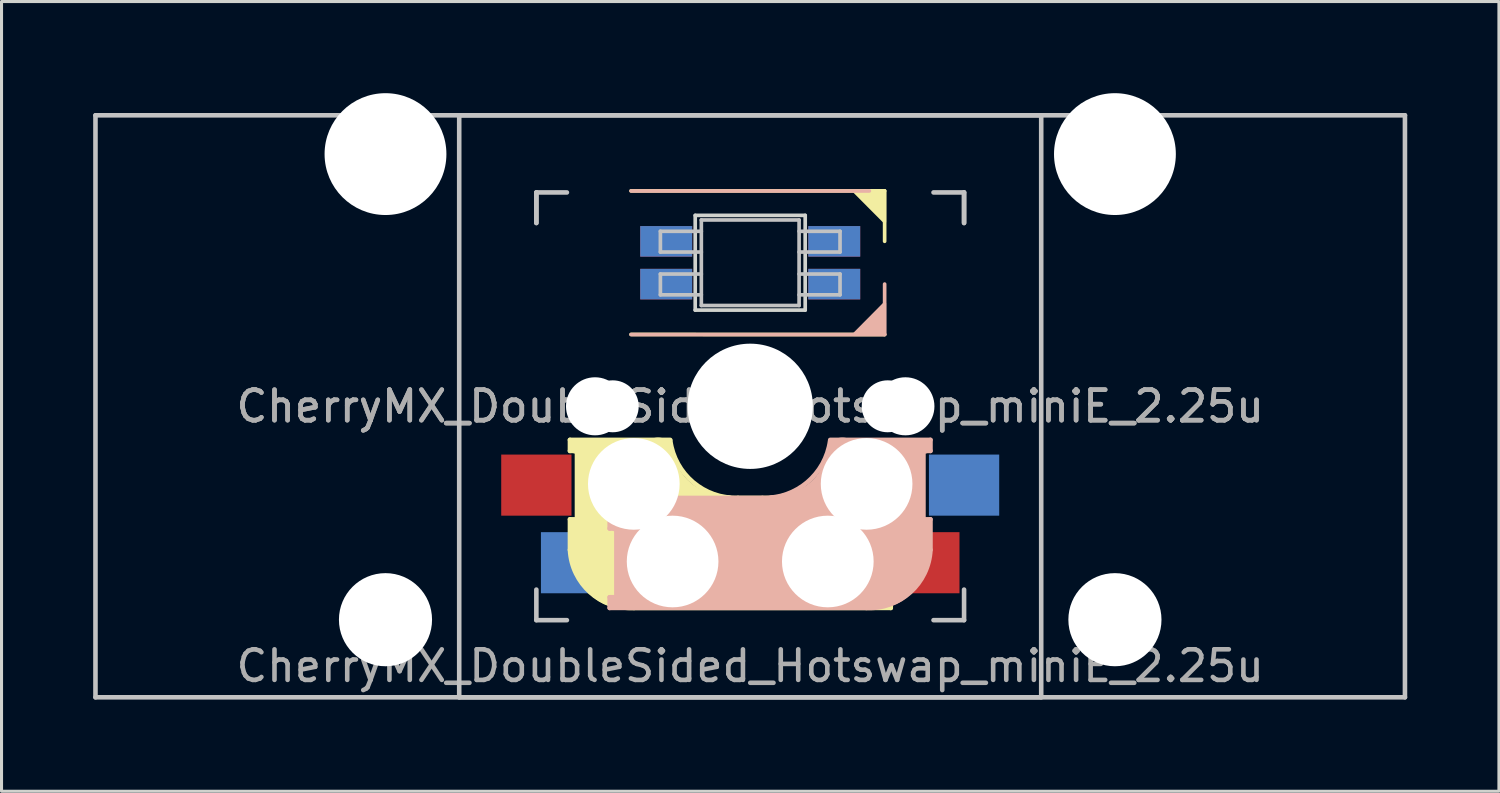
<source format=kicad_pcb>
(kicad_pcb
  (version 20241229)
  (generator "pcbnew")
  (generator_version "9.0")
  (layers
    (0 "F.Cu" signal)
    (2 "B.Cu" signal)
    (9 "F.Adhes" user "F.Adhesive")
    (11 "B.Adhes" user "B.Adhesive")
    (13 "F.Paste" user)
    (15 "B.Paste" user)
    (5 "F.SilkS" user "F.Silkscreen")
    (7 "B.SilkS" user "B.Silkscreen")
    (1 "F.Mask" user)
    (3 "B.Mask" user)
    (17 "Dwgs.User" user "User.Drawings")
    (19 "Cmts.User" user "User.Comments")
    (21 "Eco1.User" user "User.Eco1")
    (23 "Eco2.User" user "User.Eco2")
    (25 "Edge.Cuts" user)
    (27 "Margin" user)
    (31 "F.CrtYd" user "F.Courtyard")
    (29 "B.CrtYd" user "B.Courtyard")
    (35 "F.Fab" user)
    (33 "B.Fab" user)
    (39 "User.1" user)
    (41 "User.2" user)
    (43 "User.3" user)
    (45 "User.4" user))
  (footprint "CherryMX_DoubleSided_Hotswap_miniE_2.25u"
    (layer "F.Cu")
    (at 21.506 10.249)
    (property "Reference" "CherryMX_DoubleSided_Hotswap_miniE_2.25u" (at 0 8.5 0) (layer "F.Fab") (effects (font (size 1 1) (thickness 0.15))))
    (attr through_hole)
    (fp_line (start -5.9 1.1) (end -5.9 1.46) (stroke (width 0.15) (type solid)) (layer "F.SilkS"))
    (fp_line (start -5.9 1.1) (end -2.62 1.1) (stroke (width 0.15) (type solid)) (layer "F.SilkS"))
    (fp_line (start -5.9 3.7) (end -5.7 3.7) (stroke (width 0.15) (type solid)) (layer "F.SilkS"))
    (fp_line (start -5.9 4.7) (end -5.9 3.7) (stroke (width 0.15) (type solid)) (layer "F.SilkS"))
    (fp_line (start -5.8 3.8) (end -5.8 4.7) (stroke (width 0.3) (type solid)) (layer "F.SilkS"))
    (fp_line (start -5.7 1.3) (end -3 1.3) (stroke (width 0.5) (type solid)) (layer "F.SilkS"))
    (fp_line (start -5.7 1.46) (end -5.9 1.46) (stroke (width 0.15) (type solid)) (layer "F.SilkS"))
    (fp_line (start -5.67 3.7) (end -5.67 1.46) (stroke (width 0.15) (type solid)) (layer "F.SilkS"))
    (fp_line (start -5.3 1.6) (end -5.3 3.4) (stroke (width 0.8) (type solid)) (layer "F.SilkS"))
    (fp_line (start -4.17 5.1) (end -4.17 2.86) (stroke (width 3) (type solid)) (layer "F.SilkS"))
    (fp_line (start -3.9 -7.052) (end 4.4 -7.052) (stroke (width 0.12) (type solid)) (layer "F.SilkS"))
    (fp_line (start -0.4 3) (end 4.6 3) (stroke (width 0.15) (type solid)) (layer "F.SilkS"))
    (fp_line (start 2.6 4.8) (end -4.1 4.8) (stroke (width 3.5) (type solid)) (layer "F.SilkS"))
    (fp_line (start 3.9 6) (end 3.9 3.5) (stroke (width 1) (type solid)) (layer "F.SilkS"))
    (fp_line (start 4.3 3.3) (end 2.9 3.3) (stroke (width 0.5) (type solid)) (layer "F.SilkS"))
    (fp_line (start 4.38 4) (end 4.38 6.25) (stroke (width 0.15) (type solid)) (layer "F.SilkS"))
    (fp_line (start 4.4 -7.052) (end 4.4 -5.401) (stroke (width 0.12) (type solid)) (layer "F.SilkS"))
    (fp_line (start 4.4 -2.349) (end -3.9 -2.352) (stroke (width 0.12) (type solid)) (layer "F.SilkS"))
    (fp_line (start 4.4 3.9) (end 4.4 3.2) (stroke (width 0.4) (type solid)) (layer "F.SilkS"))
    (fp_line (start 4.4 6.25) (end 4.6 6.25) (stroke (width 0.15) (type solid)) (layer "F.SilkS"))
    (fp_line (start 4.4 6.4) (end 3 6.4) (stroke (width 0.4) (type solid)) (layer "F.SilkS"))
    (fp_line (start 4.6 3) (end 4.6 4) (stroke (width 0.15) (type solid)) (layer "F.SilkS"))
    (fp_line (start 4.6 4) (end 4.4 4) (stroke (width 0.15) (type solid)) (layer "F.SilkS"))
    (fp_line (start 4.6 6.25) (end 4.6 6.6) (stroke (width 0.15) (type solid)) (layer "F.SilkS"))
    (fp_line (start 4.6 6.6) (end -3.8 6.6) (stroke (width 0.15) (type solid)) (layer "F.SilkS"))
    (fp_arc (start -3.8 6.600001) (mid -5.243504 6.084925) (end -5.900001 4.7) (stroke (width 0.15) (type solid)) (layer "F.SilkS"))
    (fp_arc (start -0.8 3.4) (mid -2.268709 2.886118) (end -3.016318 1.521471) (stroke (width 1) (type solid)) (layer "F.SilkS"))
    (fp_arc (start -0.4 3) (mid -1.868709 2.486118) (end -2.616318 1.121471) (stroke (width 0.15) (type solid)) (layer "F.SilkS"))
    (fp_poly (pts (xy 3.392 -7.049) (xy 4.4 -7.052) (xy 4.4 -6.036)) (stroke (width 0.1) (type solid)) (fill yes) (layer "F.SilkS"))
    (fp_line (start -4.6 3) (end -4.6 4) (stroke (width 0.15) (type solid)) (layer "B.SilkS"))
    (fp_line (start -4.6 4) (end -4.4 4) (stroke (width 0.15) (type solid)) (layer "B.SilkS"))
    (fp_line (start -4.6 6.25) (end -4.6 6.6) (stroke (width 0.15) (type solid)) (layer "B.SilkS"))
    (fp_line (start -4.6 6.6) (end 3.8 6.6) (stroke (width 0.15) (type solid)) (layer "B.SilkS"))
    (fp_line (start -4.4 3.9) (end -4.4 3.2) (stroke (width 0.4) (type solid)) (layer "B.SilkS"))
    (fp_line (start -4.4 6.25) (end -4.6 6.25) (stroke (width 0.15) (type solid)) (layer "B.SilkS"))
    (fp_line (start -4.4 6.4) (end -3 6.4) (stroke (width 0.4) (type solid)) (layer "B.SilkS"))
    (fp_line (start -4.38 4) (end -4.38 6.25) (stroke (width 0.15) (type solid)) (layer "B.SilkS"))
    (fp_line (start -4.3 3.3) (end -2.9 3.3) (stroke (width 0.5) (type solid)) (layer "B.SilkS"))
    (fp_line (start -3.9 -2.349) (end 4.4 -2.349) (stroke (width 0.12) (type solid)) (layer "B.SilkS"))
    (fp_line (start -3.9 6) (end -3.9 3.5) (stroke (width 1) (type solid)) (layer "B.SilkS"))
    (fp_line (start -2.6 4.8) (end 4.1 4.8) (stroke (width 3.5) (type solid)) (layer "B.SilkS"))
    (fp_line (start 0.4 3) (end -4.6 3) (stroke (width 0.15) (type solid)) (layer "B.SilkS"))
    (fp_line (start 3.9 -7.049) (end -3.9 -7.049) (stroke (width 0.12) (type solid)) (layer "B.SilkS"))
    (fp_line (start 4.17 5.1) (end 4.17 2.86) (stroke (width 3) (type solid)) (layer "B.SilkS"))
    (fp_line (start 4.4 -2.349) (end 4.4 -4) (stroke (width 0.12) (type solid)) (layer "B.SilkS"))
    (fp_line (start 5.3 1.6) (end 5.3 3.4) (stroke (width 0.8) (type solid)) (layer "B.SilkS"))
    (fp_line (start 5.67 3.7) (end 5.67 1.46) (stroke (width 0.15) (type solid)) (layer "B.SilkS"))
    (fp_line (start 5.7 1.3) (end 3 1.3) (stroke (width 0.5) (type solid)) (layer "B.SilkS"))
    (fp_line (start 5.7 1.46) (end 5.9 1.46) (stroke (width 0.15) (type solid)) (layer "B.SilkS"))
    (fp_line (start 5.8 3.8) (end 5.8 4.7) (stroke (width 0.3) (type solid)) (layer "B.SilkS"))
    (fp_line (start 5.9 1.1) (end 2.62 1.1) (stroke (width 0.15) (type solid)) (layer "B.SilkS"))
    (fp_line (start 5.9 1.1) (end 5.9 1.46) (stroke (width 0.15) (type solid)) (layer "B.SilkS"))
    (fp_line (start 5.9 3.7) (end 5.7 3.7) (stroke (width 0.15) (type solid)) (layer "B.SilkS"))
    (fp_line (start 5.9 4.7) (end 5.9 3.7) (stroke (width 0.15) (type solid)) (layer "B.SilkS"))
    (fp_arc (start 2.616318 1.121471) (mid 1.868709 2.486118) (end 0.4 3) (stroke (width 0.15) (type solid)) (layer "B.SilkS"))
    (fp_arc (start 3.016318 1.521471) (mid 2.268709 2.886118) (end 0.8 3.4) (stroke (width 1) (type solid)) (layer "B.SilkS"))
    (fp_arc (start 5.9 4.699999) (mid 5.243504 6.084924) (end 3.800001 6.6) (stroke (width 0.15) (type solid)) (layer "B.SilkS"))
    (fp_poly (pts (xy 4.4 -3.365) (xy 4.4 -2.349) (xy 3.392 -2.349)) (stroke (width 0.1) (type solid)) (fill yes) (layer "B.SilkS"))
    (fp_line (start -21.431 -9.525) (end 21.431 -9.525) (stroke (width 0.15) (type solid)) (layer "Dwgs.User"))
    (fp_line (start -21.431 9.525) (end -21.431 -9.525) (stroke (width 0.15) (type solid)) (layer "Dwgs.User"))
    (fp_line (start -9.525 -9.525) (end 9.525 -9.525) (stroke (width 0.15) (type solid)) (layer "Dwgs.User"))
    (fp_line (start -9.525 9.525) (end -9.525 -9.525) (stroke (width 0.15) (type solid)) (layer "Dwgs.User"))
    (fp_line (start -7 -7) (end -7 -6) (stroke (width 0.15) (type solid)) (layer "Dwgs.User"))
    (fp_line (start -7 -7) (end -6 -7) (stroke (width 0.15) (type solid)) (layer "Dwgs.User"))
    (fp_line (start -7 -6) (end -7 -7) (stroke (width 0.15) (type solid)) (layer "Dwgs.User"))
    (fp_line (start -7 7) (end -7 6) (stroke (width 0.15) (type solid)) (layer "Dwgs.User"))
    (fp_line (start -7 7) (end -6 7) (stroke (width 0.15) (type solid)) (layer "Dwgs.User"))
    (fp_line (start -2.94 -5.729) (end -2.94 -5.049) (stroke (width 0.12) (type solid)) (layer "Dwgs.User"))
    (fp_line (start -2.94 -5.049) (end -1.6 -5.049) (stroke (width 0.12) (type solid)) (layer "Dwgs.User"))
    (fp_line (start -2.94 -4.329) (end -2.94 -3.649) (stroke (width 0.12) (type solid)) (layer "Dwgs.User"))
    (fp_line (start -2.94 -3.649) (end -1.6 -3.649) (stroke (width 0.12) (type solid)) (layer "Dwgs.User"))
    (fp_line (start -1.6 -5.729) (end -2.94 -5.729) (stroke (width 0.12) (type solid)) (layer "Dwgs.User"))
    (fp_line (start -1.6 -4.329) (end -2.94 -4.329) (stroke (width 0.12) (type solid)) (layer "Dwgs.User"))
    (fp_line (start -1.6 -3.299) (end -1.6 -6.099) (stroke (width 0.12) (type solid)) (layer "Dwgs.User"))
    (fp_line (start 1.6 -6.099) (end -1.6 -6.099) (stroke (width 0.12) (type solid)) (layer "Dwgs.User"))
    (fp_line (start 1.6 -5.049) (end 2.94 -5.049) (stroke (width 0.12) (type solid)) (layer "Dwgs.User"))
    (fp_line (start 1.6 -3.649) (end 2.94 -3.649) (stroke (width 0.12) (type solid)) (layer "Dwgs.User"))
    (fp_line (start 1.6 -3.299) (end -1.6 -3.299) (stroke (width 0.12) (type solid)) (layer "Dwgs.User"))
    (fp_line (start 1.6 -3.299) (end 1.6 -6.099) (stroke (width 0.12) (type solid)) (layer "Dwgs.User"))
    (fp_line (start 2.94 -5.729) (end 1.6 -5.729) (stroke (width 0.12) (type solid)) (layer "Dwgs.User"))
    (fp_line (start 2.94 -5.049) (end 2.94 -5.729) (stroke (width 0.12) (type solid)) (layer "Dwgs.User"))
    (fp_line (start 2.94 -4.329) (end 1.6 -4.329) (stroke (width 0.12) (type solid)) (layer "Dwgs.User"))
    (fp_line (start 2.94 -3.649) (end 2.94 -4.329) (stroke (width 0.12) (type solid)) (layer "Dwgs.User"))
    (fp_line (start 7 -7) (end 6 -7) (stroke (width 0.15) (type solid)) (layer "Dwgs.User"))
    (fp_line (start 7 -6) (end 7 -7) (stroke (width 0.15) (type solid)) (layer "Dwgs.User"))
    (fp_line (start 7 -6) (end 7 -7) (stroke (width 0.15) (type solid)) (layer "Dwgs.User"))
    (fp_line (start 7 6) (end 7 7) (stroke (width 0.15) (type solid)) (layer "Dwgs.User"))
    (fp_line (start 7 7) (end 6 7) (stroke (width 0.15) (type solid)) (layer "Dwgs.User"))
    (fp_line (start 9.525 -9.525) (end 9.525 9.525) (stroke (width 0.15) (type solid)) (layer "Dwgs.User"))
    (fp_line (start 9.525 9.525) (end -9.525 9.525) (stroke (width 0.15) (type solid)) (layer "Dwgs.User"))
    (fp_line (start 21.431 -9.525) (end 21.431 9.525) (stroke (width 0.15) (type solid)) (layer "Dwgs.User"))
    (fp_line (start 21.431 9.525) (end -21.431 9.525) (stroke (width 0.15) (type solid)) (layer "Dwgs.User"))
    (fp_line (start -1.8 -6.249) (end -1.8 -3.149) (stroke (width 0.12) (type solid)) (layer "Edge.Cuts"))
    (fp_line (start -1.8 -3.149) (end 1.8 -3.149) (stroke (width 0.12) (type solid)) (layer "Edge.Cuts"))
    (fp_line (start 1.8 -6.249) (end -1.8 -6.249) (stroke (width 0.12) (type solid)) (layer "Edge.Cuts"))
    (fp_line (start 1.8 -3.149) (end 1.8 -6.249) (stroke (width 0.12) (type solid)) (layer "Edge.Cuts"))
    (fp_text user "${REFERENCE}" (at 0 0 180) (layer "F.Fab") (effects (font (size 1 1) (thickness 0.15))))
    (fp_text user "${REFERENCE}" (at 0 0 180) (layer "F.Fab") (effects (font (size 1 1) (thickness 0.15))))
    (pad "" np_thru_hole circle (at -11.938 -8.255) (size 3.988 3.988) (drill 3.988) (layers "*.Cu" "*.Mask"))
    (pad "" np_thru_hole circle (at -11.938 6.985) (size 3.048 3.048) (drill 3.048) (layers "*.Cu" "*.Mask"))
    (pad "" np_thru_hole circle (at -5.08 0 180) (size 1.9 1.9) (drill 1.9) (layers "*.Cu" "*.Mask"))
    (pad "" np_thru_hole circle (at -4.5 0 180) (size 1.7 1.7) (drill 1.7) (layers "*.Cu" "*.Mask"))
    (pad "" np_thru_hole circle (at -3.81 2.54) (size 3 3) (drill 3) (layers "*.Cu" "*.Mask"))
    (pad "" np_thru_hole circle (at -2.54 5.08) (size 3 3) (drill 3) (layers "*.Cu" "*.Mask"))
    (pad "" np_thru_hole circle (at 0 0 270) (size 4.1 4.1) (drill 4.1) (layers "*.Cu" "*.Mask"))
    (pad "" np_thru_hole circle (at 2.54 5.08) (size 3 3) (drill 3) (layers "*.Cu" "*.Mask"))
    (pad "" np_thru_hole circle (at 3.81 2.54) (size 3 3) (drill 3) (layers "*.Cu" "*.Mask"))
    (pad "" np_thru_hole circle (at 4.5 0 180) (size 1.7 1.7) (drill 1.7) (layers "*.Cu" "*.Mask"))
    (pad "" np_thru_hole circle (at 5.08 0 180) (size 1.9 1.9) (drill 1.9) (layers "*.Cu" "*.Mask"))
    (pad "" np_thru_hole circle (at 11.938 -8.255) (size 3.988 3.988) (drill 3.988) (layers "*.Cu" "*.Mask"))
    (pad "" np_thru_hole circle (at 11.938 6.985) (size 3.048 3.048) (drill 3.048) (layers "*.Cu" "*.Mask"))
    (pad "1" smd rect (at -2.75 -5.399 180) (size 1.7 1) (layers "B.Cu" "B.Mask" "B.Paste"))
    (pad "1" smd rect (at -2.75 -3.999 180) (size 1.7 1) (layers "F.Cu" "F.Mask" "F.Paste"))
    (pad "2" smd rect (at -2.75 -5.399 180) (size 1.7 1) (layers "F.Cu" "F.Mask" "F.Paste"))
    (pad "2" smd rect (at -2.75 -3.999 180) (size 1.7 1) (layers "B.Cu" "B.Mask" "B.Paste"))
    (pad "3" smd rect (at 2.75 -5.399 180) (size 1.7 1) (layers "F.Cu" "F.Mask" "F.Paste"))
    (pad "3" smd rect (at 2.75 -3.999 180) (size 1.7 1) (layers "B.Cu" "B.Mask" "B.Paste"))
    (pad "4" smd rect (at 2.75 -5.399 180) (size 1.7 1) (layers "B.Cu" "B.Mask" "B.Paste"))
    (pad "4" smd rect (at 2.75 -3.999 180) (size 1.7 1) (layers "F.Cu" "F.Mask" "F.Paste"))
    (pad "5" smd rect (at -5.7 5.12) (size 2.3 2) (layers "B.Cu" "B.Mask" "B.Paste"))
    (pad "5" smd rect (at 5.7 5.12) (size 2.3 2) (layers "F.Cu" "F.Mask" "F.Paste"))
    (pad "6" smd rect (at -7 2.58) (size 2.3 2) (layers "F.Cu" "F.Mask" "F.Paste"))
    (pad "6" smd rect (at 7 2.58) (size 2.3 2) (layers "B.Cu" "B.Mask" "B.Paste")))
  (gr_rect
    (start -3 -3)
    (end 46.013 22.849)
    (stroke (width 0.1) (type default))
    (fill no)
    (layer "Edge.Cuts")))
</source>
